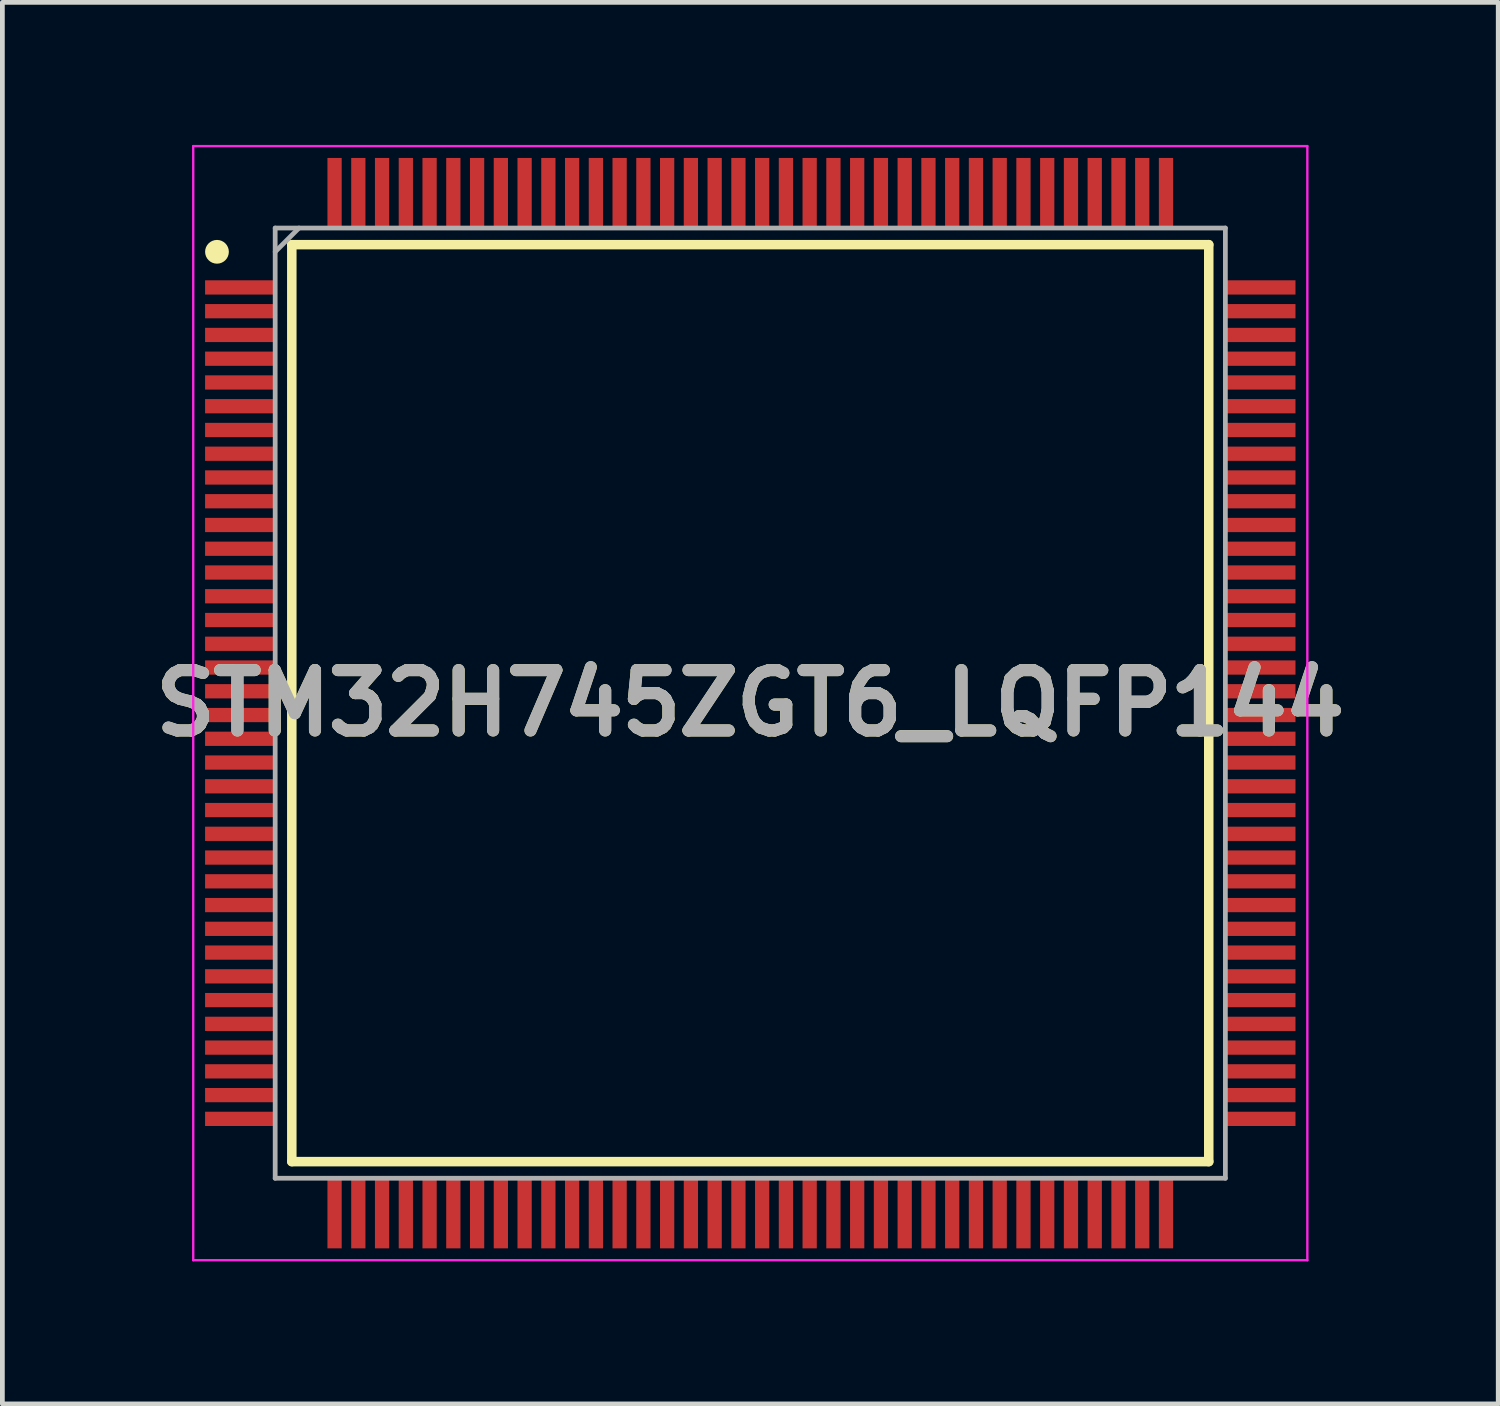
<source format=kicad_pcb>
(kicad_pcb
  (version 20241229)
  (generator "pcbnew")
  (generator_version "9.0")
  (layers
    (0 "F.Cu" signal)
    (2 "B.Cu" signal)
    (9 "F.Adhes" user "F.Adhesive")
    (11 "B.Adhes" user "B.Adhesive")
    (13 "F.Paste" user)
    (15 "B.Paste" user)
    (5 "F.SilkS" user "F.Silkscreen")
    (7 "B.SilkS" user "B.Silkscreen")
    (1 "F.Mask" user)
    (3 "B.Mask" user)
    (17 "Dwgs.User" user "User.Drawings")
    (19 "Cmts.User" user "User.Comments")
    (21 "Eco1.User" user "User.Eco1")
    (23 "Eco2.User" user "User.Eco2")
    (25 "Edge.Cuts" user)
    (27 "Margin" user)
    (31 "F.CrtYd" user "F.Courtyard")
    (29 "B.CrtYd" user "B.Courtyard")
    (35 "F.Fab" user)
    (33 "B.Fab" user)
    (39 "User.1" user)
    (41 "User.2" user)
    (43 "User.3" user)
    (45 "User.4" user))
  (footprint "STM32H745ZGT6_LQFP144"
    (layer "F.Cu")
    (at 12.742 11.75)
    (property "Reference" "STM32H745ZGT6_LQFP144" (at 0 0 0) (layer "F.SilkS") (effects (font (size 1.27 1.27) (thickness 0.254))))
    (attr smd)
    (fp_line (start -9.65 -9.65) (end 9.65 -9.65) (stroke (width 0.2) (type solid)) (layer "F.SilkS"))
    (fp_line (start -9.65 9.65) (end -9.65 -9.65) (stroke (width 0.2) (type solid)) (layer "F.SilkS"))
    (fp_line (start 9.65 -9.65) (end 9.65 9.65) (stroke (width 0.2) (type solid)) (layer "F.SilkS"))
    (fp_line (start 9.65 9.65) (end -9.65 9.65) (stroke (width 0.2) (type solid)) (layer "F.SilkS"))
    (fp_circle (center -11.225 -9.5) (end -11.225 -9.375) (stroke (width 0.25) (type solid)) (fill no) (layer "F.SilkS"))
    (fp_line (start -11.725 -11.725) (end 11.725 -11.725) (stroke (width 0.05) (type solid)) (layer "F.CrtYd"))
    (fp_line (start -11.725 11.725) (end -11.725 -11.725) (stroke (width 0.05) (type solid)) (layer "F.CrtYd"))
    (fp_line (start 11.725 -11.725) (end 11.725 11.725) (stroke (width 0.05) (type solid)) (layer "F.CrtYd"))
    (fp_line (start 11.725 11.725) (end -11.725 11.725) (stroke (width 0.05) (type solid)) (layer "F.CrtYd"))
    (fp_line (start -10 -10) (end 10 -10) (stroke (width 0.1) (type solid)) (layer "F.Fab"))
    (fp_line (start -10 -9.5) (end -9.5 -10) (stroke (width 0.1) (type solid)) (layer "F.Fab"))
    (fp_line (start -10 10) (end -10 -10) (stroke (width 0.1) (type solid)) (layer "F.Fab"))
    (fp_line (start 10 -10) (end 10 10) (stroke (width 0.1) (type solid)) (layer "F.Fab"))
    (fp_line (start 10 10) (end -10 10) (stroke (width 0.1) (type solid)) (layer "F.Fab"))
    (fp_text user "${REFERENCE}" (at 0 0 0) (layer "F.Fab") (effects (font (size 1.27 1.27) (thickness 0.254))))
    (pad "1" smd rect (at -10.738 -8.75 90) (size 0.3 1.475) (layers "F.Cu" "F.Mask" "F.Paste"))
    (pad "2" smd rect (at -10.738 -8.25 90) (size 0.3 1.475) (layers "F.Cu" "F.Mask" "F.Paste"))
    (pad "3" smd rect (at -10.738 -7.75 90) (size 0.3 1.475) (layers "F.Cu" "F.Mask" "F.Paste"))
    (pad "4" smd rect (at -10.738 -7.25 90) (size 0.3 1.475) (layers "F.Cu" "F.Mask" "F.Paste"))
    (pad "5" smd rect (at -10.738 -6.75 90) (size 0.3 1.475) (layers "F.Cu" "F.Mask" "F.Paste"))
    (pad "6" smd rect (at -10.738 -6.25 90) (size 0.3 1.475) (layers "F.Cu" "F.Mask" "F.Paste"))
    (pad "7" smd rect (at -10.738 -5.75 90) (size 0.3 1.475) (layers "F.Cu" "F.Mask" "F.Paste"))
    (pad "8" smd rect (at -10.738 -5.25 90) (size 0.3 1.475) (layers "F.Cu" "F.Mask" "F.Paste"))
    (pad "9" smd rect (at -10.738 -4.75 90) (size 0.3 1.475) (layers "F.Cu" "F.Mask" "F.Paste"))
    (pad "10" smd rect (at -10.738 -4.25 90) (size 0.3 1.475) (layers "F.Cu" "F.Mask" "F.Paste"))
    (pad "11" smd rect (at -10.738 -3.75 90) (size 0.3 1.475) (layers "F.Cu" "F.Mask" "F.Paste"))
    (pad "12" smd rect (at -10.738 -3.25 90) (size 0.3 1.475) (layers "F.Cu" "F.Mask" "F.Paste"))
    (pad "13" smd rect (at -10.738 -2.75 90) (size 0.3 1.475) (layers "F.Cu" "F.Mask" "F.Paste"))
    (pad "14" smd rect (at -10.738 -2.25 90) (size 0.3 1.475) (layers "F.Cu" "F.Mask" "F.Paste"))
    (pad "15" smd rect (at -10.738 -1.75 90) (size 0.3 1.475) (layers "F.Cu" "F.Mask" "F.Paste"))
    (pad "16" smd rect (at -10.738 -1.25 90) (size 0.3 1.475) (layers "F.Cu" "F.Mask" "F.Paste"))
    (pad "17" smd rect (at -10.738 -0.75 90) (size 0.3 1.475) (layers "F.Cu" "F.Mask" "F.Paste"))
    (pad "18" smd rect (at -10.738 -0.25 90) (size 0.3 1.475) (layers "F.Cu" "F.Mask" "F.Paste"))
    (pad "19" smd rect (at -10.738 0.25 90) (size 0.3 1.475) (layers "F.Cu" "F.Mask" "F.Paste"))
    (pad "20" smd rect (at -10.738 0.75 90) (size 0.3 1.475) (layers "F.Cu" "F.Mask" "F.Paste"))
    (pad "21" smd rect (at -10.738 1.25 90) (size 0.3 1.475) (layers "F.Cu" "F.Mask" "F.Paste"))
    (pad "22" smd rect (at -10.738 1.75 90) (size 0.3 1.475) (layers "F.Cu" "F.Mask" "F.Paste"))
    (pad "23" smd rect (at -10.738 2.25 90) (size 0.3 1.475) (layers "F.Cu" "F.Mask" "F.Paste"))
    (pad "24" smd rect (at -10.738 2.75 90) (size 0.3 1.475) (layers "F.Cu" "F.Mask" "F.Paste"))
    (pad "25" smd rect (at -10.738 3.25 90) (size 0.3 1.475) (layers "F.Cu" "F.Mask" "F.Paste"))
    (pad "26" smd rect (at -10.738 3.75 90) (size 0.3 1.475) (layers "F.Cu" "F.Mask" "F.Paste"))
    (pad "27" smd rect (at -10.738 4.25 90) (size 0.3 1.475) (layers "F.Cu" "F.Mask" "F.Paste"))
    (pad "28" smd rect (at -10.738 4.75 90) (size 0.3 1.475) (layers "F.Cu" "F.Mask" "F.Paste"))
    (pad "29" smd rect (at -10.738 5.25 90) (size 0.3 1.475) (layers "F.Cu" "F.Mask" "F.Paste"))
    (pad "30" smd rect (at -10.738 5.75 90) (size 0.3 1.475) (layers "F.Cu" "F.Mask" "F.Paste"))
    (pad "31" smd rect (at -10.738 6.25 90) (size 0.3 1.475) (layers "F.Cu" "F.Mask" "F.Paste"))
    (pad "32" smd rect (at -10.738 6.75 90) (size 0.3 1.475) (layers "F.Cu" "F.Mask" "F.Paste"))
    (pad "33" smd rect (at -10.738 7.25 90) (size 0.3 1.475) (layers "F.Cu" "F.Mask" "F.Paste"))
    (pad "34" smd rect (at -10.738 7.75 90) (size 0.3 1.475) (layers "F.Cu" "F.Mask" "F.Paste"))
    (pad "35" smd rect (at -10.738 8.25 90) (size 0.3 1.475) (layers "F.Cu" "F.Mask" "F.Paste"))
    (pad "36" smd rect (at -10.738 8.75 90) (size 0.3 1.475) (layers "F.Cu" "F.Mask" "F.Paste"))
    (pad "37" smd rect (at -8.75 10.738) (size 0.3 1.475) (layers "F.Cu" "F.Mask" "F.Paste"))
    (pad "38" smd rect (at -8.25 10.738) (size 0.3 1.475) (layers "F.Cu" "F.Mask" "F.Paste"))
    (pad "39" smd rect (at -7.75 10.738) (size 0.3 1.475) (layers "F.Cu" "F.Mask" "F.Paste"))
    (pad "40" smd rect (at -7.25 10.738) (size 0.3 1.475) (layers "F.Cu" "F.Mask" "F.Paste"))
    (pad "41" smd rect (at -6.75 10.738) (size 0.3 1.475) (layers "F.Cu" "F.Mask" "F.Paste"))
    (pad "42" smd rect (at -6.25 10.738) (size 0.3 1.475) (layers "F.Cu" "F.Mask" "F.Paste"))
    (pad "43" smd rect (at -5.75 10.738) (size 0.3 1.475) (layers "F.Cu" "F.Mask" "F.Paste"))
    (pad "44" smd rect (at -5.25 10.738) (size 0.3 1.475) (layers "F.Cu" "F.Mask" "F.Paste"))
    (pad "45" smd rect (at -4.75 10.738) (size 0.3 1.475) (layers "F.Cu" "F.Mask" "F.Paste"))
    (pad "46" smd rect (at -4.25 10.738) (size 0.3 1.475) (layers "F.Cu" "F.Mask" "F.Paste"))
    (pad "47" smd rect (at -3.75 10.738) (size 0.3 1.475) (layers "F.Cu" "F.Mask" "F.Paste"))
    (pad "48" smd rect (at -3.25 10.738) (size 0.3 1.475) (layers "F.Cu" "F.Mask" "F.Paste"))
    (pad "49" smd rect (at -2.75 10.738) (size 0.3 1.475) (layers "F.Cu" "F.Mask" "F.Paste"))
    (pad "50" smd rect (at -2.25 10.738) (size 0.3 1.475) (layers "F.Cu" "F.Mask" "F.Paste"))
    (pad "51" smd rect (at -1.75 10.738) (size 0.3 1.475) (layers "F.Cu" "F.Mask" "F.Paste"))
    (pad "52" smd rect (at -1.25 10.738) (size 0.3 1.475) (layers "F.Cu" "F.Mask" "F.Paste"))
    (pad "53" smd rect (at -0.75 10.738) (size 0.3 1.475) (layers "F.Cu" "F.Mask" "F.Paste"))
    (pad "54" smd rect (at -0.25 10.738) (size 0.3 1.475) (layers "F.Cu" "F.Mask" "F.Paste"))
    (pad "55" smd rect (at 0.25 10.738) (size 0.3 1.475) (layers "F.Cu" "F.Mask" "F.Paste"))
    (pad "56" smd rect (at 0.75 10.738) (size 0.3 1.475) (layers "F.Cu" "F.Mask" "F.Paste"))
    (pad "57" smd rect (at 1.25 10.738) (size 0.3 1.475) (layers "F.Cu" "F.Mask" "F.Paste"))
    (pad "58" smd rect (at 1.75 10.738) (size 0.3 1.475) (layers "F.Cu" "F.Mask" "F.Paste"))
    (pad "59" smd rect (at 2.25 10.738) (size 0.3 1.475) (layers "F.Cu" "F.Mask" "F.Paste"))
    (pad "60" smd rect (at 2.75 10.738) (size 0.3 1.475) (layers "F.Cu" "F.Mask" "F.Paste"))
    (pad "61" smd rect (at 3.25 10.738) (size 0.3 1.475) (layers "F.Cu" "F.Mask" "F.Paste"))
    (pad "62" smd rect (at 3.75 10.738) (size 0.3 1.475) (layers "F.Cu" "F.Mask" "F.Paste"))
    (pad "63" smd rect (at 4.25 10.738) (size 0.3 1.475) (layers "F.Cu" "F.Mask" "F.Paste"))
    (pad "64" smd rect (at 4.75 10.738) (size 0.3 1.475) (layers "F.Cu" "F.Mask" "F.Paste"))
    (pad "65" smd rect (at 5.25 10.738) (size 0.3 1.475) (layers "F.Cu" "F.Mask" "F.Paste"))
    (pad "66" smd rect (at 5.75 10.738) (size 0.3 1.475) (layers "F.Cu" "F.Mask" "F.Paste"))
    (pad "67" smd rect (at 6.25 10.738) (size 0.3 1.475) (layers "F.Cu" "F.Mask" "F.Paste"))
    (pad "68" smd rect (at 6.75 10.738) (size 0.3 1.475) (layers "F.Cu" "F.Mask" "F.Paste"))
    (pad "69" smd rect (at 7.25 10.738) (size 0.3 1.475) (layers "F.Cu" "F.Mask" "F.Paste"))
    (pad "70" smd rect (at 7.75 10.738) (size 0.3 1.475) (layers "F.Cu" "F.Mask" "F.Paste"))
    (pad "71" smd rect (at 8.25 10.738) (size 0.3 1.475) (layers "F.Cu" "F.Mask" "F.Paste"))
    (pad "72" smd rect (at 8.75 10.738) (size 0.3 1.475) (layers "F.Cu" "F.Mask" "F.Paste"))
    (pad "73" smd rect (at 10.738 8.75 90) (size 0.3 1.475) (layers "F.Cu" "F.Mask" "F.Paste"))
    (pad "74" smd rect (at 10.738 8.25 90) (size 0.3 1.475) (layers "F.Cu" "F.Mask" "F.Paste"))
    (pad "75" smd rect (at 10.738 7.75 90) (size 0.3 1.475) (layers "F.Cu" "F.Mask" "F.Paste"))
    (pad "76" smd rect (at 10.738 7.25 90) (size 0.3 1.475) (layers "F.Cu" "F.Mask" "F.Paste"))
    (pad "77" smd rect (at 10.738 6.75 90) (size 0.3 1.475) (layers "F.Cu" "F.Mask" "F.Paste"))
    (pad "78" smd rect (at 10.738 6.25 90) (size 0.3 1.475) (layers "F.Cu" "F.Mask" "F.Paste"))
    (pad "79" smd rect (at 10.738 5.75 90) (size 0.3 1.475) (layers "F.Cu" "F.Mask" "F.Paste"))
    (pad "80" smd rect (at 10.738 5.25 90) (size 0.3 1.475) (layers "F.Cu" "F.Mask" "F.Paste"))
    (pad "81" smd rect (at 10.738 4.75 90) (size 0.3 1.475) (layers "F.Cu" "F.Mask" "F.Paste"))
    (pad "82" smd rect (at 10.738 4.25 90) (size 0.3 1.475) (layers "F.Cu" "F.Mask" "F.Paste"))
    (pad "83" smd rect (at 10.738 3.75 90) (size 0.3 1.475) (layers "F.Cu" "F.Mask" "F.Paste"))
    (pad "84" smd rect (at 10.738 3.25 90) (size 0.3 1.475) (layers "F.Cu" "F.Mask" "F.Paste"))
    (pad "85" smd rect (at 10.738 2.75 90) (size 0.3 1.475) (layers "F.Cu" "F.Mask" "F.Paste"))
    (pad "86" smd rect (at 10.738 2.25 90) (size 0.3 1.475) (layers "F.Cu" "F.Mask" "F.Paste"))
    (pad "87" smd rect (at 10.738 1.75 90) (size 0.3 1.475) (layers "F.Cu" "F.Mask" "F.Paste"))
    (pad "88" smd rect (at 10.738 1.25 90) (size 0.3 1.475) (layers "F.Cu" "F.Mask" "F.Paste"))
    (pad "89" smd rect (at 10.738 0.75 90) (size 0.3 1.475) (layers "F.Cu" "F.Mask" "F.Paste"))
    (pad "90" smd rect (at 10.738 0.25 90) (size 0.3 1.475) (layers "F.Cu" "F.Mask" "F.Paste"))
    (pad "91" smd rect (at 10.738 -0.25 90) (size 0.3 1.475) (layers "F.Cu" "F.Mask" "F.Paste"))
    (pad "92" smd rect (at 10.738 -0.75 90) (size 0.3 1.475) (layers "F.Cu" "F.Mask" "F.Paste"))
    (pad "93" smd rect (at 10.738 -1.25 90) (size 0.3 1.475) (layers "F.Cu" "F.Mask" "F.Paste"))
    (pad "94" smd rect (at 10.738 -1.75 90) (size 0.3 1.475) (layers "F.Cu" "F.Mask" "F.Paste"))
    (pad "95" smd rect (at 10.738 -2.25 90) (size 0.3 1.475) (layers "F.Cu" "F.Mask" "F.Paste"))
    (pad "96" smd rect (at 10.738 -2.75 90) (size 0.3 1.475) (layers "F.Cu" "F.Mask" "F.Paste"))
    (pad "97" smd rect (at 10.738 -3.25 90) (size 0.3 1.475) (layers "F.Cu" "F.Mask" "F.Paste"))
    (pad "98" smd rect (at 10.738 -3.75 90) (size 0.3 1.475) (layers "F.Cu" "F.Mask" "F.Paste"))
    (pad "99" smd rect (at 10.738 -4.25 90) (size 0.3 1.475) (layers "F.Cu" "F.Mask" "F.Paste"))
    (pad "100" smd rect (at 10.738 -4.75 90) (size 0.3 1.475) (layers "F.Cu" "F.Mask" "F.Paste"))
    (pad "101" smd rect (at 10.738 -5.25 90) (size 0.3 1.475) (layers "F.Cu" "F.Mask" "F.Paste"))
    (pad "102" smd rect (at 10.738 -5.75 90) (size 0.3 1.475) (layers "F.Cu" "F.Mask" "F.Paste"))
    (pad "103" smd rect (at 10.738 -6.25 90) (size 0.3 1.475) (layers "F.Cu" "F.Mask" "F.Paste"))
    (pad "104" smd rect (at 10.738 -6.75 90) (size 0.3 1.475) (layers "F.Cu" "F.Mask" "F.Paste"))
    (pad "105" smd rect (at 10.738 -7.25 90) (size 0.3 1.475) (layers "F.Cu" "F.Mask" "F.Paste"))
    (pad "106" smd rect (at 10.738 -7.75 90) (size 0.3 1.475) (layers "F.Cu" "F.Mask" "F.Paste"))
    (pad "107" smd rect (at 10.738 -8.25 90) (size 0.3 1.475) (layers "F.Cu" "F.Mask" "F.Paste"))
    (pad "108" smd rect (at 10.738 -8.75 90) (size 0.3 1.475) (layers "F.Cu" "F.Mask" "F.Paste"))
    (pad "109" smd rect (at 8.75 -10.738) (size 0.3 1.475) (layers "F.Cu" "F.Mask" "F.Paste"))
    (pad "110" smd rect (at 8.25 -10.738) (size 0.3 1.475) (layers "F.Cu" "F.Mask" "F.Paste"))
    (pad "111" smd rect (at 7.75 -10.738) (size 0.3 1.475) (layers "F.Cu" "F.Mask" "F.Paste"))
    (pad "112" smd rect (at 7.25 -10.738) (size 0.3 1.475) (layers "F.Cu" "F.Mask" "F.Paste"))
    (pad "113" smd rect (at 6.75 -10.738) (size 0.3 1.475) (layers "F.Cu" "F.Mask" "F.Paste"))
    (pad "114" smd rect (at 6.25 -10.738) (size 0.3 1.475) (layers "F.Cu" "F.Mask" "F.Paste"))
    (pad "115" smd rect (at 5.75 -10.738) (size 0.3 1.475) (layers "F.Cu" "F.Mask" "F.Paste"))
    (pad "116" smd rect (at 5.25 -10.738) (size 0.3 1.475) (layers "F.Cu" "F.Mask" "F.Paste"))
    (pad "117" smd rect (at 4.75 -10.738) (size 0.3 1.475) (layers "F.Cu" "F.Mask" "F.Paste"))
    (pad "118" smd rect (at 4.25 -10.738) (size 0.3 1.475) (layers "F.Cu" "F.Mask" "F.Paste"))
    (pad "119" smd rect (at 3.75 -10.738) (size 0.3 1.475) (layers "F.Cu" "F.Mask" "F.Paste"))
    (pad "120" smd rect (at 3.25 -10.738) (size 0.3 1.475) (layers "F.Cu" "F.Mask" "F.Paste"))
    (pad "121" smd rect (at 2.75 -10.738) (size 0.3 1.475) (layers "F.Cu" "F.Mask" "F.Paste"))
    (pad "122" smd rect (at 2.25 -10.738) (size 0.3 1.475) (layers "F.Cu" "F.Mask" "F.Paste"))
    (pad "123" smd rect (at 1.75 -10.738) (size 0.3 1.475) (layers "F.Cu" "F.Mask" "F.Paste"))
    (pad "124" smd rect (at 1.25 -10.738) (size 0.3 1.475) (layers "F.Cu" "F.Mask" "F.Paste"))
    (pad "125" smd rect (at 0.75 -10.738) (size 0.3 1.475) (layers "F.Cu" "F.Mask" "F.Paste"))
    (pad "126" smd rect (at 0.25 -10.738) (size 0.3 1.475) (layers "F.Cu" "F.Mask" "F.Paste"))
    (pad "127" smd rect (at -0.25 -10.738) (size 0.3 1.475) (layers "F.Cu" "F.Mask" "F.Paste"))
    (pad "128" smd rect (at -0.75 -10.738) (size 0.3 1.475) (layers "F.Cu" "F.Mask" "F.Paste"))
    (pad "129" smd rect (at -1.25 -10.738) (size 0.3 1.475) (layers "F.Cu" "F.Mask" "F.Paste"))
    (pad "130" smd rect (at -1.75 -10.738) (size 0.3 1.475) (layers "F.Cu" "F.Mask" "F.Paste"))
    (pad "131" smd rect (at -2.25 -10.738) (size 0.3 1.475) (layers "F.Cu" "F.Mask" "F.Paste"))
    (pad "132" smd rect (at -2.75 -10.738) (size 0.3 1.475) (layers "F.Cu" "F.Mask" "F.Paste"))
    (pad "133" smd rect (at -3.25 -10.738) (size 0.3 1.475) (layers "F.Cu" "F.Mask" "F.Paste"))
    (pad "134" smd rect (at -3.75 -10.738) (size 0.3 1.475) (layers "F.Cu" "F.Mask" "F.Paste"))
    (pad "135" smd rect (at -4.25 -10.738) (size 0.3 1.475) (layers "F.Cu" "F.Mask" "F.Paste"))
    (pad "136" smd rect (at -4.75 -10.738) (size 0.3 1.475) (layers "F.Cu" "F.Mask" "F.Paste"))
    (pad "137" smd rect (at -5.25 -10.738) (size 0.3 1.475) (layers "F.Cu" "F.Mask" "F.Paste"))
    (pad "138" smd rect (at -5.75 -10.738) (size 0.3 1.475) (layers "F.Cu" "F.Mask" "F.Paste"))
    (pad "139" smd rect (at -6.25 -10.738) (size 0.3 1.475) (layers "F.Cu" "F.Mask" "F.Paste"))
    (pad "140" smd rect (at -6.75 -10.738) (size 0.3 1.475) (layers "F.Cu" "F.Mask" "F.Paste"))
    (pad "141" smd rect (at -7.25 -10.738) (size 0.3 1.475) (layers "F.Cu" "F.Mask" "F.Paste"))
    (pad "142" smd rect (at -7.75 -10.738) (size 0.3 1.475) (layers "F.Cu" "F.Mask" "F.Paste"))
    (pad "143" smd rect (at -8.25 -10.738) (size 0.3 1.475) (layers "F.Cu" "F.Mask" "F.Paste"))
    (pad "144" smd rect (at -8.75 -10.738) (size 0.3 1.475) (layers "F.Cu" "F.Mask" "F.Paste")))
  (gr_rect
    (start -3 -3)
    (end 28.485 26.5)
    (stroke (width 0.1) (type default))
    (fill no)
    (layer "Edge.Cuts")))
</source>
